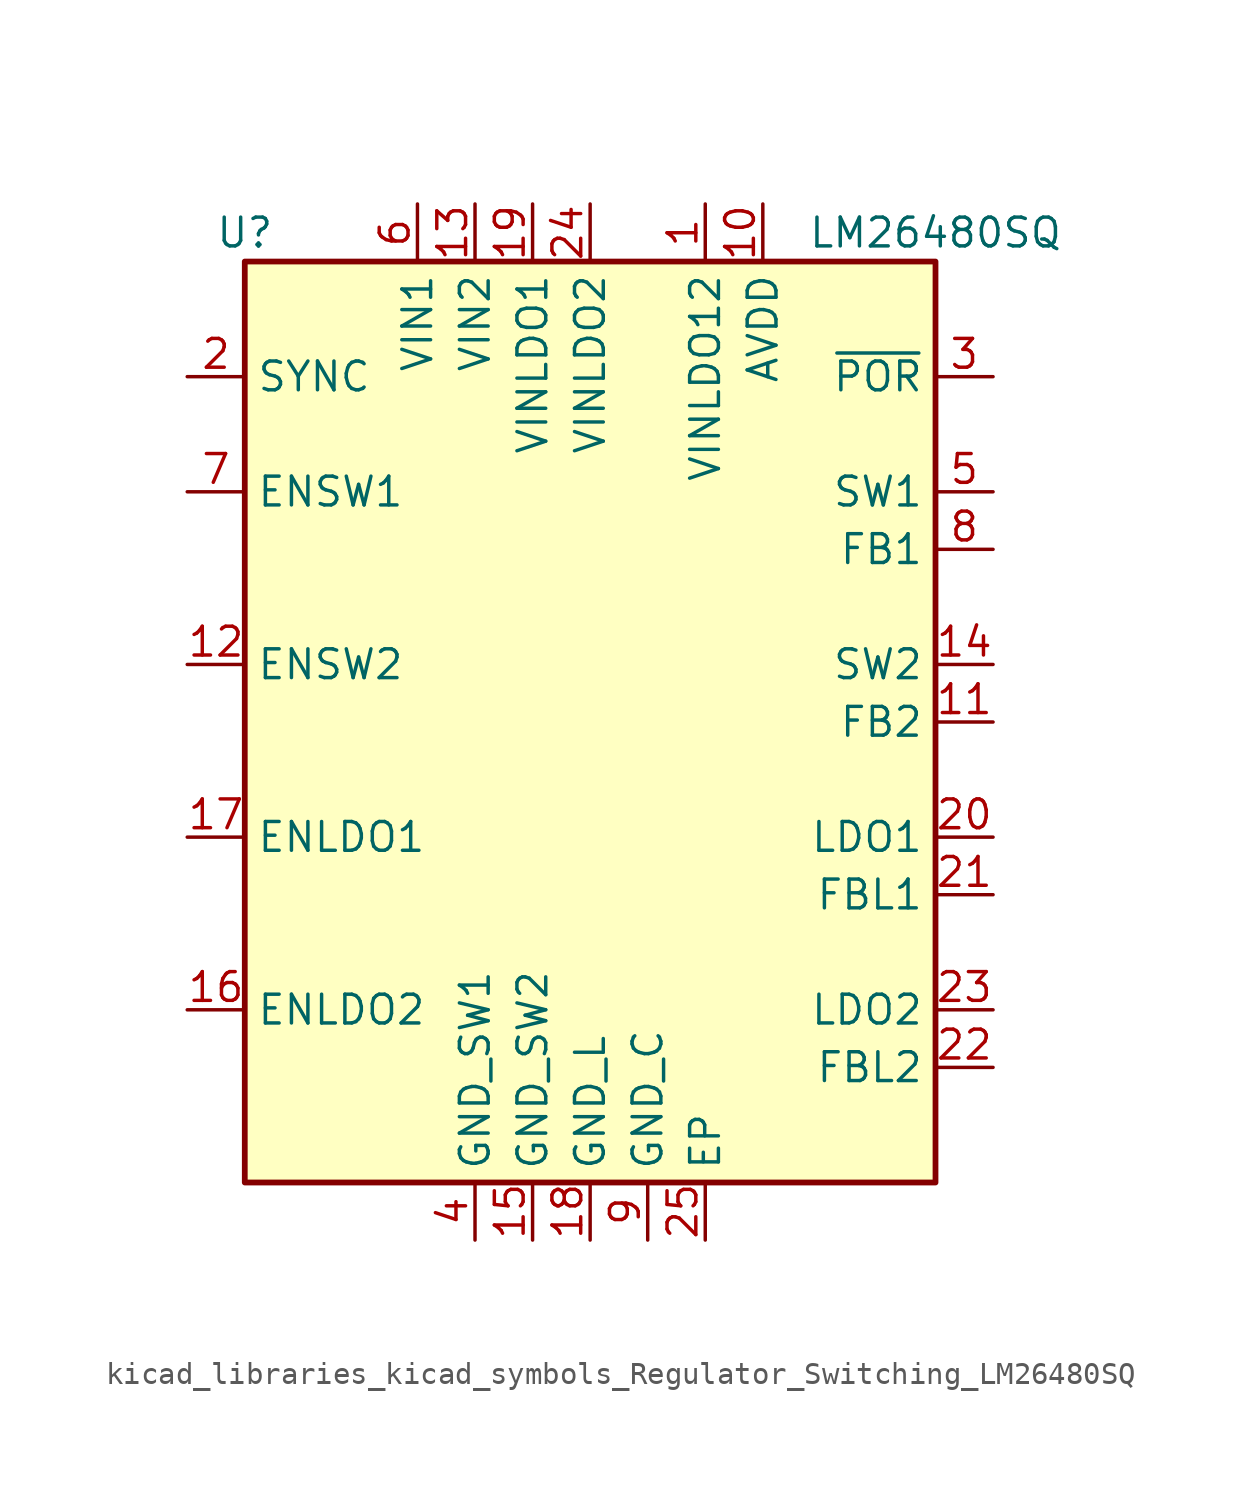
<source format=kicad_sym>
(kicad_symbol_lib
  (version 20220914)
  (generator kicad_symbol_editor)
  (symbol "kicad_libraries_kicad_symbols_Regulator_Switching_LM26480SQ"
    (property "Reference" "U"
      (at -15.24 21.59 0)
      (effects (font (size 1.27 1.27))))
    (property "Value" "LM26480SQ"
      (at 15.24 21.59 0)
      (effects (font (size 1.27 1.27))))
    (symbol "kicad_libraries_kicad_symbols_Regulator_Switching_LM26480SQ_0_1"
      (rectangle (start -15.24 -20.32) (end 15.24 20.32) (stroke (width 0.254) (type default)) (fill (type background))))
    (symbol "kicad_libraries_kicad_symbols_Regulator_Switching_LM26480SQ_1_1"
      (pin power_in line (at 5.08 22.86 270) (length 2.54) (name "VINLDO12" (effects (font (size 1.27 1.27)))) (number "1" (effects (font (size 1.27 1.27)))))
      (pin power_in line (at 7.62 22.86 270) (length 2.54) (name "AVDD" (effects (font (size 1.27 1.27)))) (number "10" (effects (font (size 1.27 1.27)))))
      (pin input line (at 17.78 0 180) (length 2.54) (name "FB2" (effects (font (size 1.27 1.27)))) (number "11" (effects (font (size 1.27 1.27)))))
      (pin input line (at -17.78 2.54 0) (length 2.54) (name "ENSW2" (effects (font (size 1.27 1.27)))) (number "12" (effects (font (size 1.27 1.27)))))
      (pin power_in line (at -5.08 22.86 270) (length 2.54) (name "VIN2" (effects (font (size 1.27 1.27)))) (number "13" (effects (font (size 1.27 1.27)))))
      (pin power_out line (at 17.78 2.54 180) (length 2.54) (name "SW2" (effects (font (size 1.27 1.27)))) (number "14" (effects (font (size 1.27 1.27)))))
      (pin power_in line (at -2.54 -22.86 90) (length 2.54) (name "GND_SW2" (effects (font (size 1.27 1.27)))) (number "15" (effects (font (size 1.27 1.27)))))
      (pin input line (at -17.78 -12.7 0) (length 2.54) (name "ENLDO2" (effects (font (size 1.27 1.27)))) (number "16" (effects (font (size 1.27 1.27)))))
      (pin input line (at -17.78 -5.08 0) (length 2.54) (name "ENLDO1" (effects (font (size 1.27 1.27)))) (number "17" (effects (font (size 1.27 1.27)))))
      (pin power_in line (at 0 -22.86 90) (length 2.54) (name "GND_L" (effects (font (size 1.27 1.27)))) (number "18" (effects (font (size 1.27 1.27)))))
      (pin power_in line (at -2.54 22.86 270) (length 2.54) (name "VINLDO1" (effects (font (size 1.27 1.27)))) (number "19" (effects (font (size 1.27 1.27)))))
      (pin input line (at -17.78 15.24 0) (length 2.54) (name "SYNC" (effects (font (size 1.27 1.27)))) (number "2" (effects (font (size 1.27 1.27)))))
      (pin power_out line (at 17.78 -5.08 180) (length 2.54) (name "LDO1" (effects (font (size 1.27 1.27)))) (number "20" (effects (font (size 1.27 1.27)))))
      (pin input line (at 17.78 -7.62 180) (length 2.54) (name "FBL1" (effects (font (size 1.27 1.27)))) (number "21" (effects (font (size 1.27 1.27)))))
      (pin input line (at 17.78 -15.24 180) (length 2.54) (name "FBL2" (effects (font (size 1.27 1.27)))) (number "22" (effects (font (size 1.27 1.27)))))
      (pin power_out line (at 17.78 -12.7 180) (length 2.54) (name "LDO2" (effects (font (size 1.27 1.27)))) (number "23" (effects (font (size 1.27 1.27)))))
      (pin power_in line (at 0 22.86 270) (length 2.54) (name "VINLDO2" (effects (font (size 1.27 1.27)))) (number "24" (effects (font (size 1.27 1.27)))))
      (pin passive line (at 5.08 -22.86 90) (length 2.54) (name "EP" (effects (font (size 1.27 1.27)))) (number "25" (effects (font (size 1.27 1.27)))))
      (pin open_collector line (at 17.78 15.24 180) (length 2.54) (name "~{POR}" (effects (font (size 1.27 1.27)))) (number "3" (effects (font (size 1.27 1.27)))))
      (pin power_in line (at -5.08 -22.86 90) (length 2.54) (name "GND_SW1" (effects (font (size 1.27 1.27)))) (number "4" (effects (font (size 1.27 1.27)))))
      (pin power_out line (at 17.78 10.16 180) (length 2.54) (name "SW1" (effects (font (size 1.27 1.27)))) (number "5" (effects (font (size 1.27 1.27)))))
      (pin power_in line (at -7.62 22.86 270) (length 2.54) (name "VIN1" (effects (font (size 1.27 1.27)))) (number "6" (effects (font (size 1.27 1.27)))))
      (pin input line (at -17.78 10.16 0) (length 2.54) (name "ENSW1" (effects (font (size 1.27 1.27)))) (number "7" (effects (font (size 1.27 1.27)))))
      (pin input line (at 17.78 7.62 180) (length 2.54) (name "FB1" (effects (font (size 1.27 1.27)))) (number "8" (effects (font (size 1.27 1.27)))))
      (pin power_in line (at 2.54 -22.86 90) (length 2.54) (name "GND_C" (effects (font (size 1.27 1.27)))) (number "9" (effects (font (size 1.27 1.27))))))))
</source>
